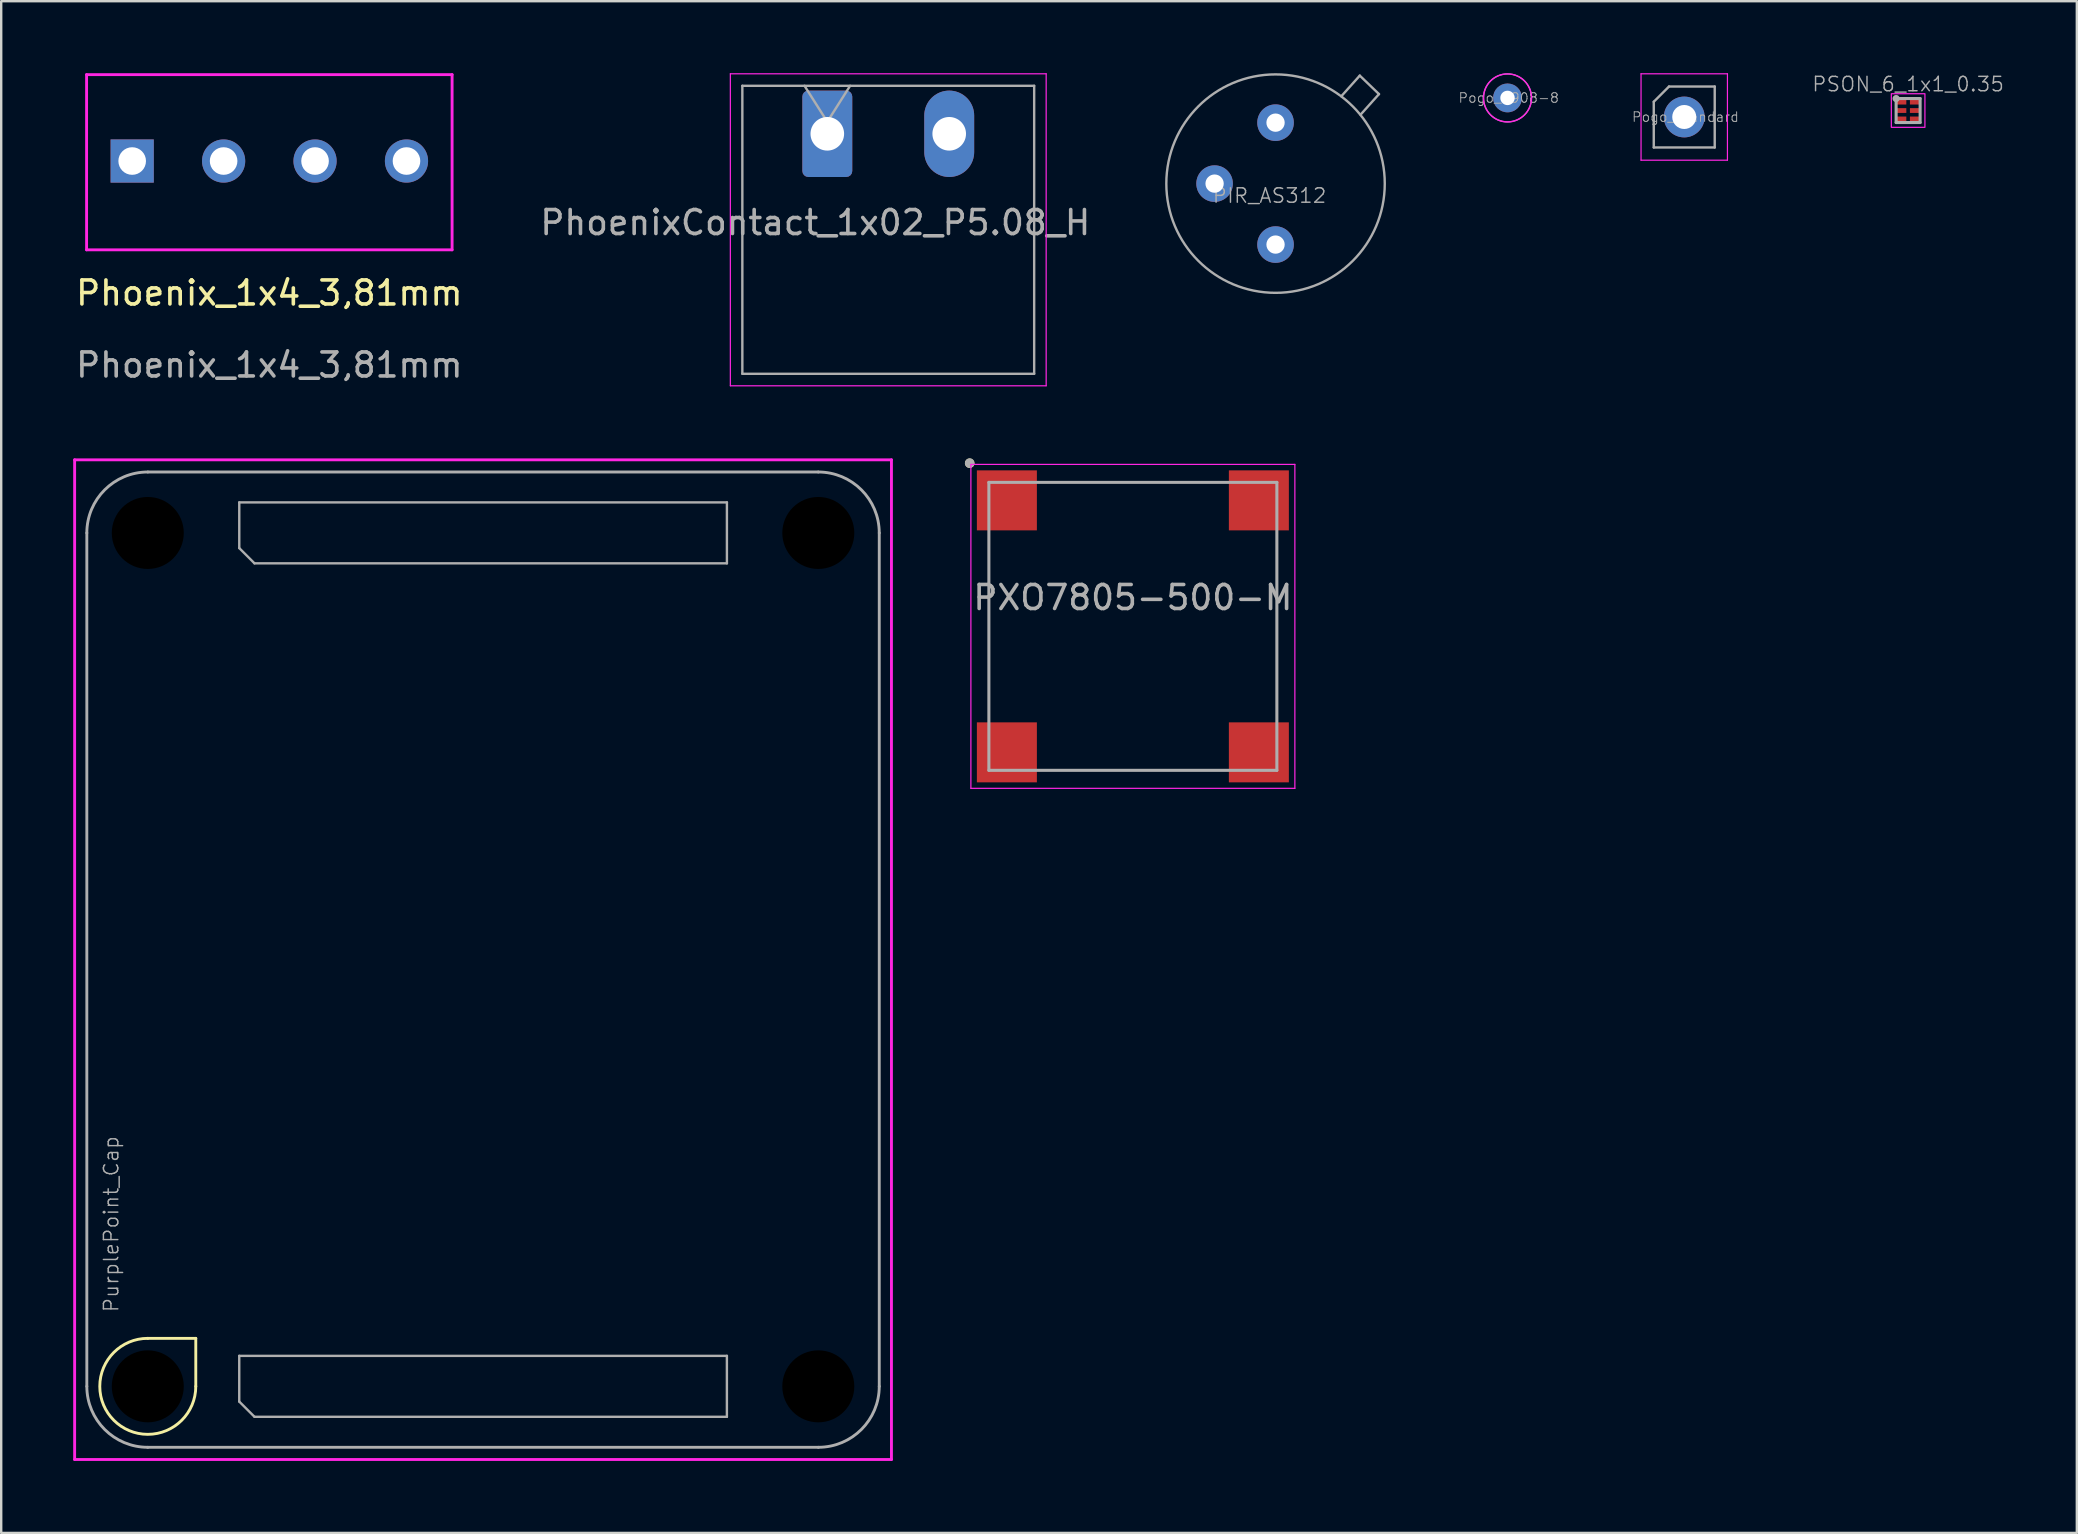
<source format=kicad_pcb>
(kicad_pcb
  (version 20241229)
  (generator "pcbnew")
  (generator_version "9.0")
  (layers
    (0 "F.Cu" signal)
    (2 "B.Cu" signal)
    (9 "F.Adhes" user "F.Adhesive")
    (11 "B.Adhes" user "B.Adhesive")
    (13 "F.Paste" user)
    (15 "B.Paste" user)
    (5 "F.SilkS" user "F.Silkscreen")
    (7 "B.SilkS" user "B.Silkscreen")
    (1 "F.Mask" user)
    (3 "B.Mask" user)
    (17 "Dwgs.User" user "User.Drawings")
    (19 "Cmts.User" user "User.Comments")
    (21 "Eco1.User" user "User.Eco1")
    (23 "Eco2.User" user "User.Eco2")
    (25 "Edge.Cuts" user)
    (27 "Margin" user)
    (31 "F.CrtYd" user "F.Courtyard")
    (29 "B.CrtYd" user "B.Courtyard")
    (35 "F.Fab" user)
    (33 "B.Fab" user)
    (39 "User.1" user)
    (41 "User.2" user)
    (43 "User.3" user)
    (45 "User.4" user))
  (footprint "Pogo_0908-8"
    (layer "F.Cu")
    (at 59.767 1.03)
    (property "Reference" "Pogo_0908-8" (at 0.05 0 0) (unlocked yes) (layer "F.Fab") (effects (font (size 0.4 0.4) (thickness 0.04))))
    (attr through_hole)
    (fp_circle (center 0 0) (end 1 0) (stroke (width 0.06) (type solid)) (fill no) (layer "F.CrtYd"))
    (fp_circle (center 0 0) (end 1 0) (stroke (width 0.05) (type solid)) (fill no) (layer "F.Fab"))
    (pad "1" thru_hole circle (at 0 0) (size 1.2 1.2) (drill 0.6) (layers "*.Cu" "*.Mask")))
  (footprint "PSON_6_1x1_0.35"
    (layer "F.Cu")
    (at 76.46 1.556)
    (property "Reference" "PSON_6_1x1_0.35" (at 0 -1.1 0) (layer "F.Fab") (effects (font (size 0.6 0.6) (thickness 0.06))))
    (attr smd)
    (fp_poly (pts (xy -0.525 -0.5) (xy -0.025 -0.5) (xy -0.025 -0.2) (xy -0.525 -0.2)) (stroke (width 0.01) (type solid)) (fill yes) (layer "F.Mask"))
    (fp_poly (pts (xy -0.525 -0.15) (xy -0.025 -0.15) (xy -0.025 0.15) (xy -0.525 0.15)) (stroke (width 0.01) (type solid)) (fill yes) (layer "F.Mask"))
    (fp_poly (pts (xy -0.525 0.2) (xy -0.025 0.2) (xy -0.025 0.5) (xy -0.525 0.5)) (stroke (width 0.01) (type solid)) (fill yes) (layer "F.Mask"))
    (fp_poly (pts (xy 0.025 -0.5) (xy 0.525 -0.5) (xy 0.525 -0.2) (xy 0.025 -0.2)) (stroke (width 0.01) (type solid)) (fill yes) (layer "F.Mask"))
    (fp_poly (pts (xy 0.025 -0.15) (xy 0.525 -0.15) (xy 0.525 0.15) (xy 0.025 0.15)) (stroke (width 0.01) (type solid)) (fill yes) (layer "F.Mask"))
    (fp_poly (pts (xy 0.025 0.2) (xy 0.525 0.2) (xy 0.525 0.5) (xy 0.025 0.5)) (stroke (width 0.01) (type solid)) (fill yes) (layer "F.Mask"))
    (fp_rect (start -0.7 -0.7) (end 0.7 0.7) (stroke (width 0.05) (type default)) (fill no) (layer "F.CrtYd"))
    (fp_line (start -0.5 -0.5) (end 0.5 -0.5) (stroke (width 0.127) (type solid)) (layer "F.Fab"))
    (fp_line (start -0.5 0.5) (end -0.5 -0.5) (stroke (width 0.127) (type solid)) (layer "F.Fab"))
    (fp_line (start 0.5 -0.5) (end 0.5 0.5) (stroke (width 0.127) (type solid)) (layer "F.Fab"))
    (fp_line (start 0.5 0.5) (end -0.5 0.5) (stroke (width 0.127) (type solid)) (layer "F.Fab"))
    (fp_circle (center -0.5 -0.5) (end -0.4 -0.5) (stroke (width 0.1) (type solid)) (fill no) (layer "F.Fab"))
    (pad "1" smd rect (at -0.275 -0.35) (size 0.4 0.2) (layers "F.Cu" "F.Paste"))
    (pad "2" smd rect (at -0.275 0) (size 0.4 0.2) (layers "F.Cu" "F.Paste"))
    (pad "3" smd rect (at -0.275 0.35) (size 0.4 0.2) (layers "F.Cu" "F.Paste"))
    (pad "4" smd rect (at 0.275 0.35) (size 0.4 0.2) (layers "F.Cu" "F.Paste"))
    (pad "5" smd rect (at 0.275 0) (size 0.4 0.2) (layers "F.Cu" "F.Paste"))
    (pad "6" smd rect (at 0.275 -0.35) (size 0.4 0.2) (layers "F.Cu" "F.Paste")))
  (footprint "PIR_AS312"
    (layer "F.Cu")
    (at 50.101 4.601)
    (property "Reference" "PIR_AS312" (at -0.25 0.5 0) (layer "F.Fab") (effects (font (size 0.6 0.6) (thickness 0.06))))
    (attr through_hole)
    (fp_line (start 2.74 -3.64) (end 3.51 -4.5) (stroke (width 0.1) (type solid)) (layer "F.Fab"))
    (fp_line (start 3.51 -4.5) (end 4.31 -3.73) (stroke (width 0.1) (type solid)) (layer "F.Fab"))
    (fp_line (start 3.54 -2.87) (end 4.31 -3.73) (stroke (width 0.1) (type solid)) (layer "F.Fab"))
    (fp_circle (center 0 0) (end 4.551 0) (stroke (width 0.1) (type solid)) (fill no) (layer "F.Fab"))
    (pad "1" thru_hole circle (at 0 -2.54) (size 1.524 1.524) (drill 0.762) (layers "*.Cu" "*.Mask"))
    (pad "2" thru_hole circle (at -2.54 0) (size 1.524 1.524) (drill 0.762) (layers "*.Cu" "*.Mask"))
    (pad "3" thru_hole circle (at 0 2.54) (size 1.524 1.524) (drill 0.762) (layers "*.Cu" "*.Mask")))
  (footprint "PXO7805-500-M"
    (layer "F.Cu")
    (at 44.156 23.05)
    (property "Reference" "PXO7805-500-M" (at 0 -1.2 0) (layer "F.Fab") (effects (font (size 1 1) (thickness 0.15))))
    (attr smd)
    (fp_circle (center -6.8 -6.8) (end -6.7 -6.8) (stroke (width 0.2) (type solid)) (fill no) (layer "F.SilkS"))
    (fp_line (start -6.75 -6.75) (end -6.75 6.75) (stroke (width 0.05) (type solid)) (layer "F.CrtYd"))
    (fp_line (start -6.75 6.75) (end 6.75 6.75) (stroke (width 0.05) (type solid)) (layer "F.CrtYd"))
    (fp_line (start 6.75 -6.75) (end -6.75 -6.75) (stroke (width 0.05) (type solid)) (layer "F.CrtYd"))
    (fp_line (start 6.75 6.75) (end 6.75 -6.75) (stroke (width 0.05) (type solid)) (layer "F.CrtYd"))
    (fp_line (start -6 -6) (end 6 -6) (stroke (width 0.127) (type solid)) (layer "F.Fab"))
    (fp_line (start -6 6) (end -6 -6) (stroke (width 0.127) (type solid)) (layer "F.Fab"))
    (fp_line (start 6 -6) (end 6 6) (stroke (width 0.127) (type solid)) (layer "F.Fab"))
    (fp_line (start 6 6) (end -6 6) (stroke (width 0.127) (type solid)) (layer "F.Fab"))
    (fp_circle (center -6.8 -6.8) (end -6.7 -6.8) (stroke (width 0.2) (type solid)) (fill no) (layer "F.Fab"))
    (pad "1" smd rect (at -5.25 -5.25) (size 2.5 2.5) (layers "F.Cu" "F.Mask" "F.Paste"))
    (pad "2" smd rect (at -5.25 5.25) (size 2.5 2.5) (layers "F.Cu" "F.Mask" "F.Paste"))
    (pad "3" smd rect (at 5.25 5.25) (size 2.5 2.5) (layers "F.Cu" "F.Mask" "F.Paste"))
    (pad "4" smd rect (at 5.25 -5.25) (size 2.5 2.5) (layers "F.Cu" "F.Mask" "F.Paste")))
  (footprint "Pogo_Standard"
    (layer "F.Cu")
    (at 67.131 1.825)
    (property "Reference" "Pogo_Standard" (at 0.05 0 0) (unlocked yes) (layer "F.Fab") (effects (font (size 0.4 0.4) (thickness 0.04))))
    (attr through_hole)
    (fp_line (start -1.8 -1.8) (end -1.8 1.8) (stroke (width 0.05) (type solid)) (layer "F.CrtYd"))
    (fp_line (start -1.8 1.8) (end 1.8 1.8) (stroke (width 0.05) (type solid)) (layer "F.CrtYd"))
    (fp_line (start 1.8 -1.8) (end -1.8 -1.8) (stroke (width 0.05) (type solid)) (layer "F.CrtYd"))
    (fp_line (start 1.8 1.8) (end 1.8 -1.8) (stroke (width 0.05) (type solid)) (layer "F.CrtYd"))
    (fp_line (start -1.27 -0.635) (end -0.635 -1.27) (stroke (width 0.1) (type solid)) (layer "F.Fab"))
    (fp_line (start -1.27 1.27) (end -1.27 -0.635) (stroke (width 0.1) (type solid)) (layer "F.Fab"))
    (fp_line (start -0.635 -1.27) (end 1.27 -1.27) (stroke (width 0.1) (type solid)) (layer "F.Fab"))
    (fp_line (start 1.27 -1.27) (end 1.27 1.27) (stroke (width 0.1) (type solid)) (layer "F.Fab"))
    (fp_line (start 1.27 1.27) (end -1.27 1.27) (stroke (width 0.1) (type solid)) (layer "F.Fab"))
    (pad "1" thru_hole circle (at 0 0) (size 1.7 1.7) (drill 1) (layers "*.Cu" "*.Mask")))
  (footprint "PurplePoint_Cap"
    (layer "F.Cu")
    (at 0.441 16.939)
    (property "Reference" "PurplePoint_Cap" (at 1.143 34.731 90) (unlocked yes) (layer "F.Fab") (effects (font (size 0.6 0.6) (thickness 0.06)) (justify left)))
    (attr through_hole exclude_from_pos_files exclude_from_bom allow_missing_courtyard)
    (fp_line (start 4.667 35.779) (end 2.667 35.779) (stroke (width 0.12) (type default)) (layer "F.SilkS"))
    (fp_line (start 4.667 35.779) (end 4.667 37.779) (stroke (width 0.12) (type default)) (layer "F.SilkS"))
    (fp_arc (start 4.667 37.779) (mid 1.252786 39.193214) (end 2.667 35.779) (stroke (width 0.12) (type default)) (layer "F.SilkS"))
    (fp_line (start -0.381 -0.829) (end -0.381 40.827) (stroke (width 0.12) (type solid)) (layer "F.CrtYd"))
    (fp_line (start -0.381 40.827) (end 33.655 40.827) (stroke (width 0.12) (type solid)) (layer "F.CrtYd"))
    (fp_line (start 33.655 -0.829) (end -0.381 -0.829) (stroke (width 0.12) (type solid)) (layer "F.CrtYd"))
    (fp_line (start 33.655 40.827) (end 33.655 -0.829) (stroke (width 0.12) (type solid)) (layer "F.CrtYd"))
    (fp_line (start 0.127 2.219) (end 0.127 37.779) (stroke (width 0.12) (type solid)) (layer "F.Fab"))
    (fp_line (start 2.667 -0.321) (end 30.607 -0.321) (stroke (width 0.12) (type solid)) (layer "F.Fab"))
    (fp_line (start 6.478 36.508) (end 26.798 36.508) (stroke (width 0.1) (type solid)) (layer "F.Fab"))
    (fp_line (start 6.478 38.413) (end 6.478 36.508) (stroke (width 0.1) (type solid)) (layer "F.Fab"))
    (fp_line (start 6.479 0.945) (end 26.799 0.945) (stroke (width 0.1) (type solid)) (layer "F.Fab"))
    (fp_line (start 6.479 2.85) (end 6.479 0.945) (stroke (width 0.1) (type solid)) (layer "F.Fab"))
    (fp_line (start 7.113 39.048) (end 6.478 38.413) (stroke (width 0.1) (type solid)) (layer "F.Fab"))
    (fp_line (start 7.114 3.485) (end 6.479 2.85) (stroke (width 0.1) (type solid)) (layer "F.Fab"))
    (fp_line (start 26.798 36.508) (end 26.798 39.048) (stroke (width 0.1) (type solid)) (layer "F.Fab"))
    (fp_line (start 26.798 39.048) (end 7.113 39.048) (stroke (width 0.1) (type solid)) (layer "F.Fab"))
    (fp_line (start 26.799 0.945) (end 26.799 3.485) (stroke (width 0.1) (type solid)) (layer "F.Fab"))
    (fp_line (start 26.799 3.485) (end 7.114 3.485) (stroke (width 0.1) (type solid)) (layer "F.Fab"))
    (fp_line (start 30.607 40.319) (end 2.667 40.319) (stroke (width 0.12) (type solid)) (layer "F.Fab"))
    (fp_line (start 33.147 2.219) (end 33.147 37.779) (stroke (width 0.12) (type solid)) (layer "F.Fab"))
    (fp_arc (start 0.127 2.219) (mid 0.870949 0.422949) (end 2.667 -0.321) (stroke (width 0.12) (type solid)) (layer "F.Fab"))
    (fp_arc (start 2.667 40.319) (mid 0.870949 39.575051) (end 0.127 37.779) (stroke (width 0.12) (type solid)) (layer "F.Fab"))
    (fp_arc (start 30.607 -0.321) (mid 32.403051 0.422949) (end 33.147 2.219) (stroke (width 0.12) (type solid)) (layer "F.Fab"))
    (fp_arc (start 33.147 37.779) (mid 32.403051 39.575051) (end 30.607 40.319) (stroke (width 0.12) (type solid)) (layer "F.Fab"))
    (pad "" np_thru_hole circle (at 2.667 2.219) (size 3 3) (drill 3) (layers "*.Mask"))
    (pad "" np_thru_hole circle (at 2.667 37.779) (size 3 3) (drill 3) (layers "*.Mask"))
    (pad "" np_thru_hole circle (at 30.607 2.219) (size 3 3) (drill 3) (layers "*.Mask"))
    (pad "" np_thru_hole circle (at 30.607 37.779) (size 3 3) (drill 3) (layers "*.Mask")))
  (footprint "PhoenixContact_1x02_P5.08_H"
    (layer "F.Cu")
    (at 31.423 2.525)
    (property "Reference" "PhoenixContact_1x02_P5.08_H" (at -0.5 3.7 0) (layer "F.Fab") (effects (font (size 1 1) (thickness 0.15))))
    (attr through_hole)
    (fp_line (start -4.04 -2.5) (end -4.04 10.5) (stroke (width 0.05) (type solid)) (layer "F.CrtYd"))
    (fp_line (start -4.04 10.5) (end 9.12 10.5) (stroke (width 0.05) (type solid)) (layer "F.CrtYd"))
    (fp_line (start 9.12 -2.5) (end -4.04 -2.5) (stroke (width 0.05) (type solid)) (layer "F.CrtYd"))
    (fp_line (start 9.12 10.5) (end 9.12 -2.5) (stroke (width 0.05) (type solid)) (layer "F.CrtYd"))
    (fp_line (start -3.54 -2) (end -3.54 10) (stroke (width 0.1) (type solid)) (layer "F.Fab"))
    (fp_line (start -3.54 10) (end 8.62 10) (stroke (width 0.1) (type solid)) (layer "F.Fab"))
    (fp_line (start 0 -0.5) (end -0.95 -2) (stroke (width 0.1) (type solid)) (layer "F.Fab"))
    (fp_line (start 0.95 -2) (end 0 -0.5) (stroke (width 0.1) (type solid)) (layer "F.Fab"))
    (fp_line (start 8.62 -2) (end -3.54 -2) (stroke (width 0.1) (type solid)) (layer "F.Fab"))
    (fp_line (start 8.62 10) (end 8.62 -2) (stroke (width 0.1) (type solid)) (layer "F.Fab"))
    (pad "1" thru_hole roundrect (at 0 0) (size 2.08 3.6) (drill 1.4) (layers "*.Cu" "*.Mask") (roundrect_rratio 0.12))
    (pad "2" thru_hole oval (at 5.08 0) (size 2.08 3.6) (drill 1.4) (layers "*.Cu" "*.Mask")))
  (footprint "Phoenix_1x4_3,81mm"
    (layer "F.Cu")
    (at 8.173 3.66)
    (property "Reference" "Phoenix_1x4_3,81mm" (at 0 5.5 0) (unlocked yes) (layer "F.SilkS") (effects (font (size 1 1) (thickness 0.15))))
    (attr through_hole)
    (fp_line (start -7.615 -3.6) (end -7.615 3.7) (stroke (width 0.12) (type default)) (layer "F.CrtYd"))
    (fp_line (start -7.615 -3.6) (end 7.615 -3.6) (stroke (width 0.12) (type default)) (layer "F.CrtYd"))
    (fp_line (start -7.615 3.7) (end 7.615 3.7) (stroke (width 0.12) (type default)) (layer "F.CrtYd"))
    (fp_line (start 7.615 3.7) (end 7.615 -3.6) (stroke (width 0.12) (type default)) (layer "F.CrtYd"))
    (fp_text user "${REFERENCE}" (at 0 8.5 0) (unlocked yes) (layer "F.Fab") (effects (font (size 1 1) (thickness 0.15))))
    (pad "1" thru_hole rect (at -5.715 0) (size 1.8 1.8) (drill 1.15) (layers "*.Cu" "*.Mask"))
    (pad "2" thru_hole circle (at -1.905 0) (size 1.8 1.8) (drill 1.15) (layers "*.Cu" "*.Mask"))
    (pad "3" thru_hole circle (at 1.905 0) (size 1.8 1.8) (drill 1.15) (layers "*.Cu" "*.Mask"))
    (pad "4" thru_hole circle (at 5.715 0) (size 1.8 1.8) (drill 1.15) (layers "*.Cu" "*.Mask")))
  (gr_rect
    (start -3 -3)
    (end 83.49 60.826)
    (stroke (width 0.1) (type default))
    (fill no)
    (layer "Edge.Cuts")))
</source>
